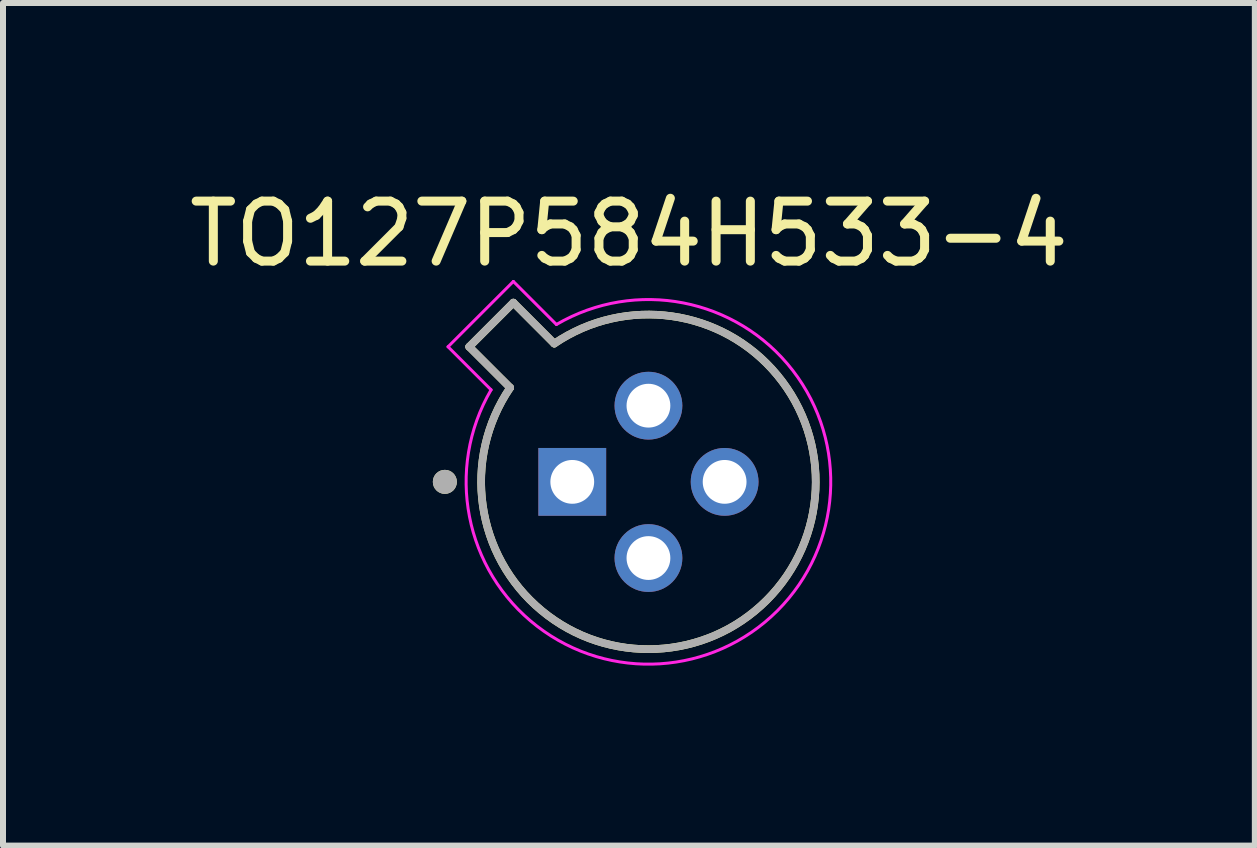
<source format=kicad_pcb>
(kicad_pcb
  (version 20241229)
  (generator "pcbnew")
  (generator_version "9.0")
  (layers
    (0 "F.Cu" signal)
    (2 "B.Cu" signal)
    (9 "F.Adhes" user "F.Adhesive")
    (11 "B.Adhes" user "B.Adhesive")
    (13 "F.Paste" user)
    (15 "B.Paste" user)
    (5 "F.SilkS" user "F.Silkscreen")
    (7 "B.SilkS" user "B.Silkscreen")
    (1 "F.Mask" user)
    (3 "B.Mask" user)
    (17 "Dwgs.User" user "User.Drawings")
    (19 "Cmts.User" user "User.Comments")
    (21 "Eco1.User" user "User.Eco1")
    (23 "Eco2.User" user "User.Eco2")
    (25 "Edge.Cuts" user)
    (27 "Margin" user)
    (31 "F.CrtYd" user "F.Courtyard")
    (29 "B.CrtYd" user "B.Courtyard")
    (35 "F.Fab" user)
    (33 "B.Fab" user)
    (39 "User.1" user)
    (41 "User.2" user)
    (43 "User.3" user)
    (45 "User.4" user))
  (footprint "TO127P584H533-4"
    (layer "F.Cu")
    (at 7.76 4.983)
    (property "Reference" "TO127P584H533-4" (at -0.325 -4.135 0) (layer "F.SilkS") (effects (font (size 1 1) (thickness 0.15))))
    (attr through_hole)
    (fp_line (start -2.988 -2.252) (end -2.305 -1.57) (stroke (width 0.127) (type solid)) (layer "F.SilkS"))
    (fp_line (start -2.252 -2.988) (end -2.988 -2.252) (stroke (width 0.127) (type solid)) (layer "F.SilkS"))
    (fp_line (start -1.57 -2.305) (end -2.252 -2.988) (stroke (width 0.127) (type solid)) (layer "F.SilkS"))
    (fp_arc (start -1.56977 -2.30517) (mid 1.972053 1.972053) (end -2.30517 -1.56977) (stroke (width 0.127) (type solid)) (layer "F.SilkS"))
    (fp_circle (center -3.394 0) (end -3.294 0) (stroke (width 0.2) (type solid)) (fill no) (layer "F.SilkS"))
    (fp_line (start -3.341 -2.252) (end -2.623 -1.534) (stroke (width 0.05) (type solid)) (layer "F.CrtYd"))
    (fp_line (start -2.252 -3.341) (end -3.341 -2.252) (stroke (width 0.05) (type solid)) (layer "F.CrtYd"))
    (fp_line (start -1.534 -2.623) (end -2.252 -3.341) (stroke (width 0.05) (type solid)) (layer "F.CrtYd"))
    (fp_arc (start -1.53442 -2.62337) (mid 2.149001 2.149001) (end -2.62337 -1.53442) (stroke (width 0.05) (type solid)) (layer "F.CrtYd"))
    (fp_line (start -2.988 -2.252) (end -2.305 -1.57) (stroke (width 0.127) (type solid)) (layer "F.Fab"))
    (fp_line (start -2.252 -2.988) (end -2.988 -2.252) (stroke (width 0.127) (type solid)) (layer "F.Fab"))
    (fp_line (start -1.57 -2.305) (end -2.252 -2.988) (stroke (width 0.127) (type solid)) (layer "F.Fab"))
    (fp_arc (start -1.56977 -2.30517) (mid 1.972053 1.972053) (end -2.30517 -1.56977) (stroke (width 0.127) (type solid)) (layer "F.Fab"))
    (fp_circle (center -3.394 0) (end -3.294 0) (stroke (width 0.2) (type solid)) (fill no) (layer "F.Fab"))
    (pad "1" thru_hole rect (at -1.27 0) (size 1.13 1.13) (drill 0.73) (layers "*.Cu" "*.Mask"))
    (pad "2" thru_hole circle (at 0 1.27) (size 1.13 1.13) (drill 0.73) (layers "*.Cu" "*.Mask"))
    (pad "3" thru_hole circle (at 1.27 0) (size 1.13 1.13) (drill 0.73) (layers "*.Cu" "*.Mask"))
    (pad "4" thru_hole circle (at 0 -1.27) (size 1.13 1.13) (drill 0.73) (layers "*.Cu" "*.Mask")))
  (gr_rect
    (start -3 -3)
    (end 17.869 11.047)
    (stroke (width 0.1) (type default))
    (fill no)
    (layer "Edge.Cuts")))
</source>
